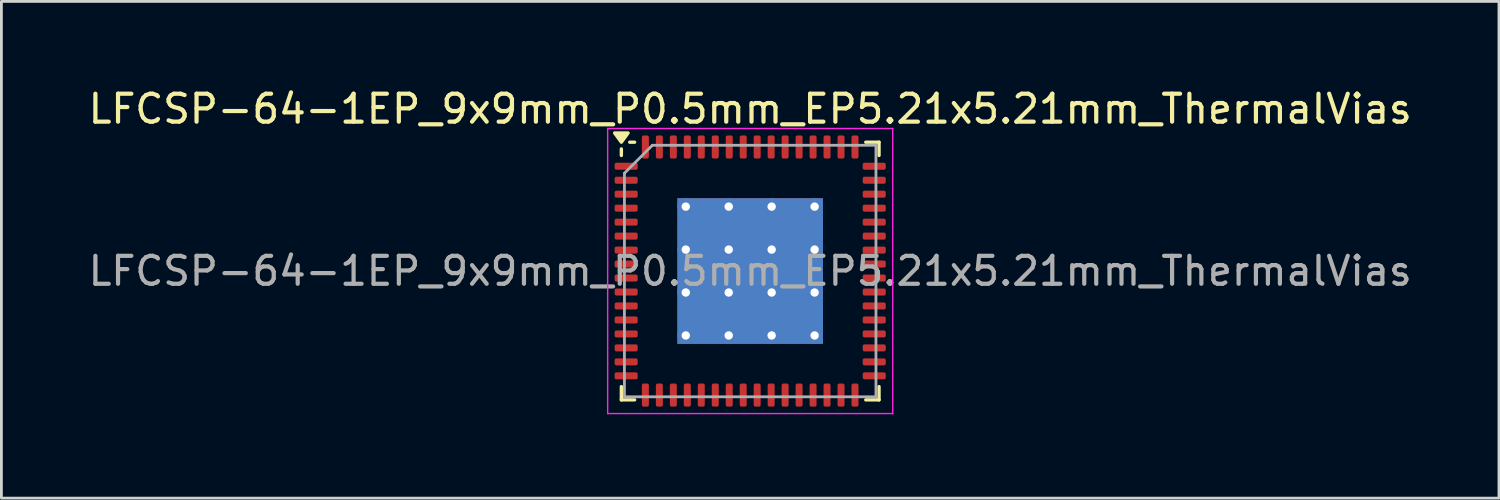
<source format=kicad_pcb>
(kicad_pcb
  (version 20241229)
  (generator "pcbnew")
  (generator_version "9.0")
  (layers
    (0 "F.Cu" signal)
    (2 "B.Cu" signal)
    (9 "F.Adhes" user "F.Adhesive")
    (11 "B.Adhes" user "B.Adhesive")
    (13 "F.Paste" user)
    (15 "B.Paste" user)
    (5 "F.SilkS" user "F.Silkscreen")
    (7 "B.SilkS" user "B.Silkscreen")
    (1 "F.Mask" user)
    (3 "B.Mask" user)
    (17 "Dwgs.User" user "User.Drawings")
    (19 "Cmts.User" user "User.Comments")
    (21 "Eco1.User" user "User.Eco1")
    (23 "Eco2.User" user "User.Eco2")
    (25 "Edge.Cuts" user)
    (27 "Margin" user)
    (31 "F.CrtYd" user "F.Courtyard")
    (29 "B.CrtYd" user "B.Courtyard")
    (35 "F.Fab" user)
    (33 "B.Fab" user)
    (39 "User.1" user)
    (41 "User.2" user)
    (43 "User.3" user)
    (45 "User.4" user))
  (footprint "LFCSP-64-1EP_9x9mm_P0.5mm_EP5.21x5.21mm_ThermalVias"
    (layer "F.Cu")
    (at 23.792 6.648)
    (property "Reference" "LFCSP-64-1EP_9x9mm_P0.5mm_EP5.21x5.21mm_ThermalVias" (at 0 -5.8 0) (layer "F.SilkS") (effects (font (size 1 1) (thickness 0.15))))
    (attr smd)
    (fp_line (start -4.61 -4.135) (end -4.61 -4.37) (stroke (width 0.12) (type solid)) (layer "F.SilkS"))
    (fp_line (start -4.61 4.61) (end -4.61 4.135) (stroke (width 0.12) (type solid)) (layer "F.SilkS"))
    (fp_line (start -4.135 -4.61) (end -4.31 -4.61) (stroke (width 0.12) (type solid)) (layer "F.SilkS"))
    (fp_line (start -4.135 4.61) (end -4.61 4.61) (stroke (width 0.12) (type solid)) (layer "F.SilkS"))
    (fp_line (start 4.135 -4.61) (end 4.61 -4.61) (stroke (width 0.12) (type solid)) (layer "F.SilkS"))
    (fp_line (start 4.135 4.61) (end 4.61 4.61) (stroke (width 0.12) (type solid)) (layer "F.SilkS"))
    (fp_line (start 4.61 -4.61) (end 4.61 -4.135) (stroke (width 0.12) (type solid)) (layer "F.SilkS"))
    (fp_line (start 4.61 4.61) (end 4.61 4.135) (stroke (width 0.12) (type solid)) (layer "F.SilkS"))
    (fp_poly (pts (xy -4.61 -4.61) (xy -4.85 -4.94) (xy -4.37 -4.94) (xy -4.61 -4.61)) (stroke (width 0.12) (type solid)) (fill yes) (layer "F.SilkS"))
    (fp_line (start -5.1 -5.1) (end -5.1 5.1) (stroke (width 0.05) (type solid)) (layer "F.CrtYd"))
    (fp_line (start -5.1 5.1) (end 5.1 5.1) (stroke (width 0.05) (type solid)) (layer "F.CrtYd"))
    (fp_line (start 5.1 -5.1) (end -5.1 -5.1) (stroke (width 0.05) (type solid)) (layer "F.CrtYd"))
    (fp_line (start 5.1 5.1) (end 5.1 -5.1) (stroke (width 0.05) (type solid)) (layer "F.CrtYd"))
    (fp_line (start -4.5 -3.5) (end -3.5 -4.5) (stroke (width 0.1) (type solid)) (layer "F.Fab"))
    (fp_line (start -4.5 4.5) (end -4.5 -3.5) (stroke (width 0.1) (type solid)) (layer "F.Fab"))
    (fp_line (start -3.5 -4.5) (end 4.5 -4.5) (stroke (width 0.1) (type solid)) (layer "F.Fab"))
    (fp_line (start 4.5 -4.5) (end 4.5 4.5) (stroke (width 0.1) (type solid)) (layer "F.Fab"))
    (fp_line (start 4.5 4.5) (end -4.5 4.5) (stroke (width 0.1) (type solid)) (layer "F.Fab"))
    (fp_text user "${REFERENCE}" (at 0 0 0) (layer "F.Fab") (effects (font (size 1 1) (thickness 0.15))))
    (pad "" smd roundrect (at -1.3 -1.3) (size 2.26 2.26) (layers "F.Paste") (roundrect_rratio 0.111))
    (pad "" smd roundrect (at -1.3 1.3) (size 2.26 2.26) (layers "F.Paste") (roundrect_rratio 0.111))
    (pad "" smd roundrect (at 1.3 -1.3) (size 2.26 2.26) (layers "F.Paste") (roundrect_rratio 0.111))
    (pad "" smd roundrect (at 1.3 1.3) (size 2.26 2.26) (layers "F.Paste") (roundrect_rratio 0.111))
    (pad "1" smd roundrect (at -4.438 -3.75) (size 0.825 0.25) (layers "F.Cu" "F.Mask" "F.Paste") (roundrect_rratio 0.25))
    (pad "2" smd roundrect (at -4.438 -3.25) (size 0.825 0.25) (layers "F.Cu" "F.Mask" "F.Paste") (roundrect_rratio 0.25))
    (pad "3" smd roundrect (at -4.438 -2.75) (size 0.825 0.25) (layers "F.Cu" "F.Mask" "F.Paste") (roundrect_rratio 0.25))
    (pad "4" smd roundrect (at -4.438 -2.25) (size 0.825 0.25) (layers "F.Cu" "F.Mask" "F.Paste") (roundrect_rratio 0.25))
    (pad "5" smd roundrect (at -4.438 -1.75) (size 0.825 0.25) (layers "F.Cu" "F.Mask" "F.Paste") (roundrect_rratio 0.25))
    (pad "6" smd roundrect (at -4.438 -1.25) (size 0.825 0.25) (layers "F.Cu" "F.Mask" "F.Paste") (roundrect_rratio 0.25))
    (pad "7" smd roundrect (at -4.438 -0.75) (size 0.825 0.25) (layers "F.Cu" "F.Mask" "F.Paste") (roundrect_rratio 0.25))
    (pad "8" smd roundrect (at -4.438 -0.25) (size 0.825 0.25) (layers "F.Cu" "F.Mask" "F.Paste") (roundrect_rratio 0.25))
    (pad "9" smd roundrect (at -4.438 0.25) (size 0.825 0.25) (layers "F.Cu" "F.Mask" "F.Paste") (roundrect_rratio 0.25))
    (pad "10" smd roundrect (at -4.438 0.75) (size 0.825 0.25) (layers "F.Cu" "F.Mask" "F.Paste") (roundrect_rratio 0.25))
    (pad "11" smd roundrect (at -4.438 1.25) (size 0.825 0.25) (layers "F.Cu" "F.Mask" "F.Paste") (roundrect_rratio 0.25))
    (pad "12" smd roundrect (at -4.438 1.75) (size 0.825 0.25) (layers "F.Cu" "F.Mask" "F.Paste") (roundrect_rratio 0.25))
    (pad "13" smd roundrect (at -4.438 2.25) (size 0.825 0.25) (layers "F.Cu" "F.Mask" "F.Paste") (roundrect_rratio 0.25))
    (pad "14" smd roundrect (at -4.438 2.75) (size 0.825 0.25) (layers "F.Cu" "F.Mask" "F.Paste") (roundrect_rratio 0.25))
    (pad "15" smd roundrect (at -4.438 3.25) (size 0.825 0.25) (layers "F.Cu" "F.Mask" "F.Paste") (roundrect_rratio 0.25))
    (pad "16" smd roundrect (at -4.438 3.75) (size 0.825 0.25) (layers "F.Cu" "F.Mask" "F.Paste") (roundrect_rratio 0.25))
    (pad "17" smd roundrect (at -3.75 4.438) (size 0.25 0.825) (layers "F.Cu" "F.Mask" "F.Paste") (roundrect_rratio 0.25))
    (pad "18" smd roundrect (at -3.25 4.438) (size 0.25 0.825) (layers "F.Cu" "F.Mask" "F.Paste") (roundrect_rratio 0.25))
    (pad "19" smd roundrect (at -2.75 4.438) (size 0.25 0.825) (layers "F.Cu" "F.Mask" "F.Paste") (roundrect_rratio 0.25))
    (pad "20" smd roundrect (at -2.25 4.438) (size 0.25 0.825) (layers "F.Cu" "F.Mask" "F.Paste") (roundrect_rratio 0.25))
    (pad "21" smd roundrect (at -1.75 4.438) (size 0.25 0.825) (layers "F.Cu" "F.Mask" "F.Paste") (roundrect_rratio 0.25))
    (pad "22" smd roundrect (at -1.25 4.438) (size 0.25 0.825) (layers "F.Cu" "F.Mask" "F.Paste") (roundrect_rratio 0.25))
    (pad "23" smd roundrect (at -0.75 4.438) (size 0.25 0.825) (layers "F.Cu" "F.Mask" "F.Paste") (roundrect_rratio 0.25))
    (pad "24" smd roundrect (at -0.25 4.438) (size 0.25 0.825) (layers "F.Cu" "F.Mask" "F.Paste") (roundrect_rratio 0.25))
    (pad "25" smd roundrect (at 0.25 4.438) (size 0.25 0.825) (layers "F.Cu" "F.Mask" "F.Paste") (roundrect_rratio 0.25))
    (pad "26" smd roundrect (at 0.75 4.438) (size 0.25 0.825) (layers "F.Cu" "F.Mask" "F.Paste") (roundrect_rratio 0.25))
    (pad "27" smd roundrect (at 1.25 4.438) (size 0.25 0.825) (layers "F.Cu" "F.Mask" "F.Paste") (roundrect_rratio 0.25))
    (pad "28" smd roundrect (at 1.75 4.438) (size 0.25 0.825) (layers "F.Cu" "F.Mask" "F.Paste") (roundrect_rratio 0.25))
    (pad "29" smd roundrect (at 2.25 4.438) (size 0.25 0.825) (layers "F.Cu" "F.Mask" "F.Paste") (roundrect_rratio 0.25))
    (pad "30" smd roundrect (at 2.75 4.438) (size 0.25 0.825) (layers "F.Cu" "F.Mask" "F.Paste") (roundrect_rratio 0.25))
    (pad "31" smd roundrect (at 3.25 4.438) (size 0.25 0.825) (layers "F.Cu" "F.Mask" "F.Paste") (roundrect_rratio 0.25))
    (pad "32" smd roundrect (at 3.75 4.438) (size 0.25 0.825) (layers "F.Cu" "F.Mask" "F.Paste") (roundrect_rratio 0.25))
    (pad "33" smd roundrect (at 4.438 3.75) (size 0.825 0.25) (layers "F.Cu" "F.Mask" "F.Paste") (roundrect_rratio 0.25))
    (pad "34" smd roundrect (at 4.438 3.25) (size 0.825 0.25) (layers "F.Cu" "F.Mask" "F.Paste") (roundrect_rratio 0.25))
    (pad "35" smd roundrect (at 4.438 2.75) (size 0.825 0.25) (layers "F.Cu" "F.Mask" "F.Paste") (roundrect_rratio 0.25))
    (pad "36" smd roundrect (at 4.438 2.25) (size 0.825 0.25) (layers "F.Cu" "F.Mask" "F.Paste") (roundrect_rratio 0.25))
    (pad "37" smd roundrect (at 4.438 1.75) (size 0.825 0.25) (layers "F.Cu" "F.Mask" "F.Paste") (roundrect_rratio 0.25))
    (pad "38" smd roundrect (at 4.438 1.25) (size 0.825 0.25) (layers "F.Cu" "F.Mask" "F.Paste") (roundrect_rratio 0.25))
    (pad "39" smd roundrect (at 4.438 0.75) (size 0.825 0.25) (layers "F.Cu" "F.Mask" "F.Paste") (roundrect_rratio 0.25))
    (pad "40" smd roundrect (at 4.438 0.25) (size 0.825 0.25) (layers "F.Cu" "F.Mask" "F.Paste") (roundrect_rratio 0.25))
    (pad "41" smd roundrect (at 4.438 -0.25) (size 0.825 0.25) (layers "F.Cu" "F.Mask" "F.Paste") (roundrect_rratio 0.25))
    (pad "42" smd roundrect (at 4.438 -0.75) (size 0.825 0.25) (layers "F.Cu" "F.Mask" "F.Paste") (roundrect_rratio 0.25))
    (pad "43" smd roundrect (at 4.438 -1.25) (size 0.825 0.25) (layers "F.Cu" "F.Mask" "F.Paste") (roundrect_rratio 0.25))
    (pad "44" smd roundrect (at 4.438 -1.75) (size 0.825 0.25) (layers "F.Cu" "F.Mask" "F.Paste") (roundrect_rratio 0.25))
    (pad "45" smd roundrect (at 4.438 -2.25) (size 0.825 0.25) (layers "F.Cu" "F.Mask" "F.Paste") (roundrect_rratio 0.25))
    (pad "46" smd roundrect (at 4.438 -2.75) (size 0.825 0.25) (layers "F.Cu" "F.Mask" "F.Paste") (roundrect_rratio 0.25))
    (pad "47" smd roundrect (at 4.438 -3.25) (size 0.825 0.25) (layers "F.Cu" "F.Mask" "F.Paste") (roundrect_rratio 0.25))
    (pad "48" smd roundrect (at 4.438 -3.75) (size 0.825 0.25) (layers "F.Cu" "F.Mask" "F.Paste") (roundrect_rratio 0.25))
    (pad "49" smd roundrect (at 3.75 -4.438) (size 0.25 0.825) (layers "F.Cu" "F.Mask" "F.Paste") (roundrect_rratio 0.25))
    (pad "50" smd roundrect (at 3.25 -4.438) (size 0.25 0.825) (layers "F.Cu" "F.Mask" "F.Paste") (roundrect_rratio 0.25))
    (pad "51" smd roundrect (at 2.75 -4.438) (size 0.25 0.825) (layers "F.Cu" "F.Mask" "F.Paste") (roundrect_rratio 0.25))
    (pad "52" smd roundrect (at 2.25 -4.438) (size 0.25 0.825) (layers "F.Cu" "F.Mask" "F.Paste") (roundrect_rratio 0.25))
    (pad "53" smd roundrect (at 1.75 -4.438) (size 0.25 0.825) (layers "F.Cu" "F.Mask" "F.Paste") (roundrect_rratio 0.25))
    (pad "54" smd roundrect (at 1.25 -4.438) (size 0.25 0.825) (layers "F.Cu" "F.Mask" "F.Paste") (roundrect_rratio 0.25))
    (pad "55" smd roundrect (at 0.75 -4.438) (size 0.25 0.825) (layers "F.Cu" "F.Mask" "F.Paste") (roundrect_rratio 0.25))
    (pad "56" smd roundrect (at 0.25 -4.438) (size 0.25 0.825) (layers "F.Cu" "F.Mask" "F.Paste") (roundrect_rratio 0.25))
    (pad "57" smd roundrect (at -0.25 -4.438) (size 0.25 0.825) (layers "F.Cu" "F.Mask" "F.Paste") (roundrect_rratio 0.25))
    (pad "58" smd roundrect (at -0.75 -4.438) (size 0.25 0.825) (layers "F.Cu" "F.Mask" "F.Paste") (roundrect_rratio 0.25))
    (pad "59" smd roundrect (at -1.25 -4.438) (size 0.25 0.825) (layers "F.Cu" "F.Mask" "F.Paste") (roundrect_rratio 0.25))
    (pad "60" smd roundrect (at -1.75 -4.438) (size 0.25 0.825) (layers "F.Cu" "F.Mask" "F.Paste") (roundrect_rratio 0.25))
    (pad "61" smd roundrect (at -2.25 -4.438) (size 0.25 0.825) (layers "F.Cu" "F.Mask" "F.Paste") (roundrect_rratio 0.25))
    (pad "62" smd roundrect (at -2.75 -4.438) (size 0.25 0.825) (layers "F.Cu" "F.Mask" "F.Paste") (roundrect_rratio 0.25))
    (pad "63" smd roundrect (at -3.25 -4.438) (size 0.25 0.825) (layers "F.Cu" "F.Mask" "F.Paste") (roundrect_rratio 0.25))
    (pad "64" smd roundrect (at -3.75 -4.438) (size 0.25 0.825) (layers "F.Cu" "F.Mask" "F.Paste") (roundrect_rratio 0.25))
    (pad "65" thru_hole circle (at -2.305 -2.305) (size 0.6 0.6) (drill 0.3) (property pad_prop_heatsink) (layers "*.Cu"))
    (pad "65" thru_hole circle (at -2.305 -0.768) (size 0.6 0.6) (drill 0.3) (property pad_prop_heatsink) (layers "*.Cu"))
    (pad "65" thru_hole circle (at -2.305 0.768) (size 0.6 0.6) (drill 0.3) (property pad_prop_heatsink) (layers "*.Cu"))
    (pad "65" thru_hole circle (at -2.305 2.305) (size 0.6 0.6) (drill 0.3) (property pad_prop_heatsink) (layers "*.Cu"))
    (pad "65" thru_hole circle (at -0.768 -2.305) (size 0.6 0.6) (drill 0.3) (property pad_prop_heatsink) (layers "*.Cu"))
    (pad "65" thru_hole circle (at -0.768 -0.768) (size 0.6 0.6) (drill 0.3) (property pad_prop_heatsink) (layers "*.Cu"))
    (pad "65" thru_hole circle (at -0.768 0.768) (size 0.6 0.6) (drill 0.3) (property pad_prop_heatsink) (layers "*.Cu"))
    (pad "65" thru_hole circle (at -0.768 2.305) (size 0.6 0.6) (drill 0.3) (property pad_prop_heatsink) (layers "*.Cu"))
    (pad "65" smd rect (at 0 0) (size 5.21 5.21) (property pad_prop_heatsink) (layers "F.Cu" "F.Mask"))
    (pad "65" smd rect (at 0 0) (size 5.21 5.21) (property pad_prop_heatsink) (layers "B.Cu"))
    (pad "65" thru_hole circle (at 0.768 -2.305) (size 0.6 0.6) (drill 0.3) (property pad_prop_heatsink) (layers "*.Cu"))
    (pad "65" thru_hole circle (at 0.768 -0.768) (size 0.6 0.6) (drill 0.3) (property pad_prop_heatsink) (layers "*.Cu"))
    (pad "65" thru_hole circle (at 0.768 0.768) (size 0.6 0.6) (drill 0.3) (property pad_prop_heatsink) (layers "*.Cu"))
    (pad "65" thru_hole circle (at 0.768 2.305) (size 0.6 0.6) (drill 0.3) (property pad_prop_heatsink) (layers "*.Cu"))
    (pad "65" thru_hole circle (at 2.305 -2.305) (size 0.6 0.6) (drill 0.3) (property pad_prop_heatsink) (layers "*.Cu"))
    (pad "65" thru_hole circle (at 2.305 -0.768) (size 0.6 0.6) (drill 0.3) (property pad_prop_heatsink) (layers "*.Cu"))
    (pad "65" thru_hole circle (at 2.305 0.768) (size 0.6 0.6) (drill 0.3) (property pad_prop_heatsink) (layers "*.Cu"))
    (pad "65" thru_hole circle (at 2.305 2.305) (size 0.6 0.6) (drill 0.3) (property pad_prop_heatsink) (layers "*.Cu")))
  (gr_rect
    (start -3 -3)
    (end 50.583 14.773)
    (stroke (width 0.1) (type default))
    (fill no)
    (layer "Edge.Cuts")))
</source>
